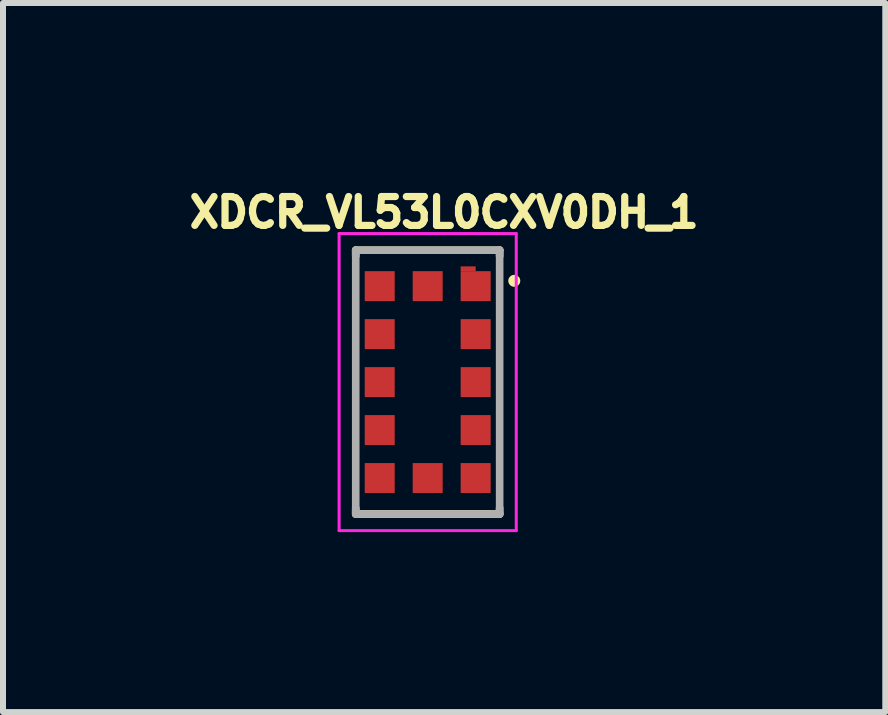
<source format=kicad_pcb>
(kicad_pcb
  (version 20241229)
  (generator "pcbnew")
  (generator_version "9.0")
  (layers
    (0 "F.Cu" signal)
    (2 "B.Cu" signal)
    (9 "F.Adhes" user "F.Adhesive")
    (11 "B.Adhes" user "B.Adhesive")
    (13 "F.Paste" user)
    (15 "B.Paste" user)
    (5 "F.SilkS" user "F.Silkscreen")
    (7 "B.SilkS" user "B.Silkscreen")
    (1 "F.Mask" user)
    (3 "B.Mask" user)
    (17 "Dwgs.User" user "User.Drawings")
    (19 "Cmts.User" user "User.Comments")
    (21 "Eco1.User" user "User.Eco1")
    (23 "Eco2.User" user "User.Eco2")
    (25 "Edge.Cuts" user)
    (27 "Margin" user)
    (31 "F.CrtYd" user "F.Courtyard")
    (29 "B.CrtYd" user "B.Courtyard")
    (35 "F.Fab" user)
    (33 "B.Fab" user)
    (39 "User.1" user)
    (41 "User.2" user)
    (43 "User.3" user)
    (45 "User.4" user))
  (footprint "XDCR_VL53L0CXV0DH_1"
    (layer "F.Cu")
    (at 4.082 3.322)
    (property "Reference" "XDCR_VL53L0CXV0DH_1" (at 0.274 -2.83 0) (layer "F.SilkS") (effects (font (size 0.481 0.481) (thickness 0.15))))
    (attr smd)
    (fp_line (start -1.2 -2.2) (end -1.2 -2.1) (stroke (width 0.127) (type solid)) (layer "F.SilkS"))
    (fp_line (start -1.2 -2.2) (end 1.2 -2.2) (stroke (width 0.127) (type solid)) (layer "F.SilkS"))
    (fp_line (start -1.2 2.2) (end -1.2 2.1) (stroke (width 0.127) (type solid)) (layer "F.SilkS"))
    (fp_line (start 1.2 -2.2) (end 1.2 -2.1) (stroke (width 0.127) (type solid)) (layer "F.SilkS"))
    (fp_line (start 1.2 2.2) (end -1.2 2.2) (stroke (width 0.127) (type solid)) (layer "F.SilkS"))
    (fp_line (start 1.2 2.2) (end 1.2 2.1) (stroke (width 0.127) (type solid)) (layer "F.SilkS"))
    (fp_circle (center 1.444 -1.689) (end 1.544 -1.689) (stroke (width 0) (type solid)) (fill yes) (layer "F.SilkS"))
    (fp_line (start -1.477 -2.477) (end 1.477 -2.477) (stroke (width 0.05) (type solid)) (layer "F.CrtYd"))
    (fp_line (start -1.477 2.477) (end -1.477 -2.477) (stroke (width 0.05) (type solid)) (layer "F.CrtYd"))
    (fp_line (start 1.477 -2.477) (end 1.477 2.477) (stroke (width 0.05) (type solid)) (layer "F.CrtYd"))
    (fp_line (start 1.477 2.477) (end -1.477 2.477) (stroke (width 0.05) (type solid)) (layer "F.CrtYd"))
    (fp_line (start -1.2 -2.2) (end 1.2 -2.2) (stroke (width 0.127) (type solid)) (layer "F.Fab"))
    (fp_line (start -1.2 2.2) (end -1.2 -2.2) (stroke (width 0.127) (type solid)) (layer "F.Fab"))
    (fp_line (start 1.2 -2.2) (end 1.2 2.2) (stroke (width 0.127) (type solid)) (layer "F.Fab"))
    (fp_line (start 1.2 2.2) (end -1.2 2.2) (stroke (width 0.127) (type solid)) (layer "F.Fab"))
    (pad "1" smd rect (at 0.8 -1.6) (size 0.5 0.5) (layers "F.Cu" "F.Mask" "F.Paste"))
    (pad "1.1" smd rect (at 0.675 -1.89) (size 0.25 0.08) (layers "F.Cu" "F.Mask" "F.Paste"))
    (pad "2" smd rect (at 0.8 -0.8) (size 0.5 0.5) (layers "F.Cu" "F.Mask" "F.Paste"))
    (pad "3" smd rect (at 0.8 0) (size 0.5 0.5) (layers "F.Cu" "F.Mask" "F.Paste"))
    (pad "4" smd rect (at 0.8 0.8) (size 0.5 0.5) (layers "F.Cu" "F.Mask" "F.Paste"))
    (pad "5" smd rect (at 0.8 1.6) (size 0.5 0.5) (layers "F.Cu" "F.Mask" "F.Paste"))
    (pad "6" smd rect (at 0 1.6) (size 0.5 0.5) (layers "F.Cu" "F.Mask" "F.Paste"))
    (pad "7" smd rect (at -0.8 1.6) (size 0.5 0.5) (layers "F.Cu" "F.Mask" "F.Paste"))
    (pad "8" smd rect (at -0.8 0.8) (size 0.5 0.5) (layers "F.Cu" "F.Mask" "F.Paste"))
    (pad "9" smd rect (at -0.8 0) (size 0.5 0.5) (layers "F.Cu" "F.Mask" "F.Paste"))
    (pad "10" smd rect (at -0.8 -0.8) (size 0.5 0.5) (layers "F.Cu" "F.Mask" "F.Paste"))
    (pad "11" smd rect (at -0.8 -1.6) (size 0.5 0.5) (layers "F.Cu" "F.Mask" "F.Paste"))
    (pad "12" smd rect (at 0 -1.6) (size 0.5 0.5) (layers "F.Cu" "F.Mask" "F.Paste")))
  (gr_rect
    (start -3 -3)
    (end 11.713 8.824)
    (stroke (width 0.1) (type default))
    (fill no)
    (layer "Edge.Cuts")))
</source>
